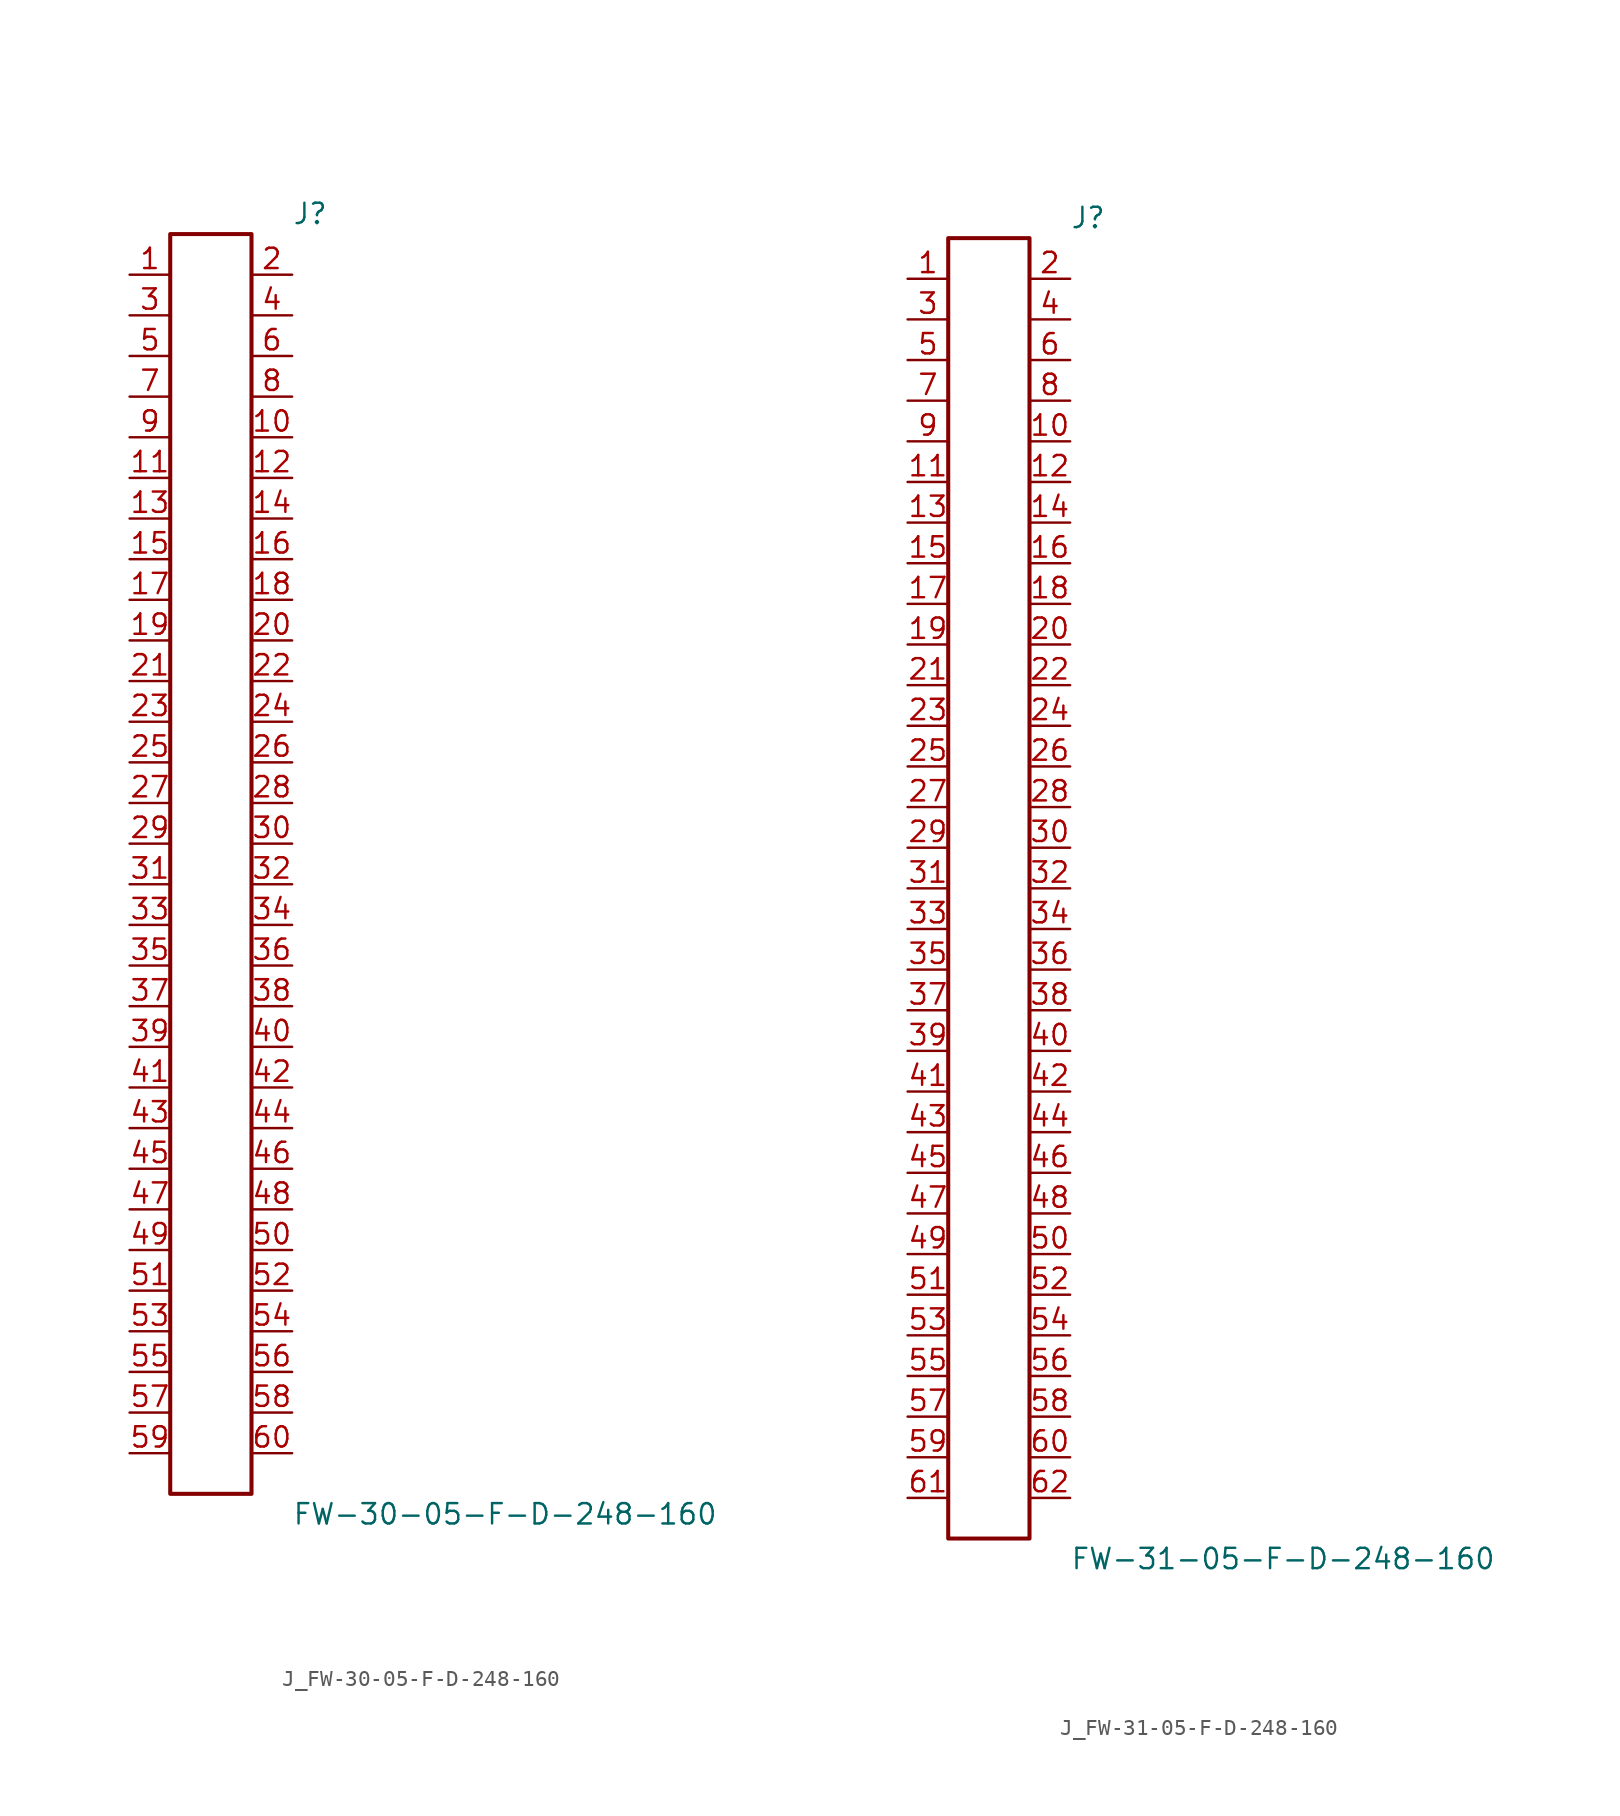
<source format=kicad_sym>
(kicad_symbol_lib
  (version 20231120)
  (generator kicad_symbol_editor)
  (generator_version 8.0)
  (symbol "J_FW-30-05-F-D-248-160"
    (pin_names
      (offset 0.254))
    (property "Reference" "J"
      (at 5.08 40.64 0)
      (effects (font (size 1.27 1.27)) (justify left)))
    (property "Value" "FW-30-05-F-D-248-160"
      (at 5.08 -40.64 0)
      (effects (font (size 1.27 1.27)) (justify left)))
    (symbol "J_FW-30-05-F-D-248-160_0_0"
      (pin passive line (at -5.08 36.83 0) (length 2.54) (name "" (effects (font (size 1.27 1.27)))) (number "1" (effects (font (size 1.27 1.27)))))
      (pin passive line (at 5.08 36.83 180) (length 2.54) (name "" (effects (font (size 1.27 1.27)))) (number "2" (effects (font (size 1.27 1.27)))))
      (pin passive line (at -5.08 34.29 0) (length 2.54) (name "" (effects (font (size 1.27 1.27)))) (number "3" (effects (font (size 1.27 1.27)))))
      (pin passive line (at 5.08 34.29 180) (length 2.54) (name "" (effects (font (size 1.27 1.27)))) (number "4" (effects (font (size 1.27 1.27)))))
      (pin passive line (at -5.08 31.75 0) (length 2.54) (name "" (effects (font (size 1.27 1.27)))) (number "5" (effects (font (size 1.27 1.27)))))
      (pin passive line (at 5.08 31.75 180) (length 2.54) (name "" (effects (font (size 1.27 1.27)))) (number "6" (effects (font (size 1.27 1.27)))))
      (pin passive line (at -5.08 29.21 0) (length 2.54) (name "" (effects (font (size 1.27 1.27)))) (number "7" (effects (font (size 1.27 1.27)))))
      (pin passive line (at 5.08 29.21 180) (length 2.54) (name "" (effects (font (size 1.27 1.27)))) (number "8" (effects (font (size 1.27 1.27)))))
      (pin passive line (at -5.08 26.67 0) (length 2.54) (name "" (effects (font (size 1.27 1.27)))) (number "9" (effects (font (size 1.27 1.27)))))
      (pin passive line (at 5.08 26.67 180) (length 2.54) (name "" (effects (font (size 1.27 1.27)))) (number "10" (effects (font (size 1.27 1.27)))))
      (pin passive line (at -5.08 24.13 0) (length 2.54) (name "" (effects (font (size 1.27 1.27)))) (number "11" (effects (font (size 1.27 1.27)))))
      (pin passive line (at 5.08 24.13 180) (length 2.54) (name "" (effects (font (size 1.27 1.27)))) (number "12" (effects (font (size 1.27 1.27)))))
      (pin passive line (at -5.08 21.59 0) (length 2.54) (name "" (effects (font (size 1.27 1.27)))) (number "13" (effects (font (size 1.27 1.27)))))
      (pin passive line (at 5.08 21.59 180) (length 2.54) (name "" (effects (font (size 1.27 1.27)))) (number "14" (effects (font (size 1.27 1.27)))))
      (pin passive line (at -5.08 19.05 0) (length 2.54) (name "" (effects (font (size 1.27 1.27)))) (number "15" (effects (font (size 1.27 1.27)))))
      (pin passive line (at 5.08 19.05 180) (length 2.54) (name "" (effects (font (size 1.27 1.27)))) (number "16" (effects (font (size 1.27 1.27)))))
      (pin passive line (at -5.08 16.51 0) (length 2.54) (name "" (effects (font (size 1.27 1.27)))) (number "17" (effects (font (size 1.27 1.27)))))
      (pin passive line (at 5.08 16.51 180) (length 2.54) (name "" (effects (font (size 1.27 1.27)))) (number "18" (effects (font (size 1.27 1.27)))))
      (pin passive line (at -5.08 13.97 0) (length 2.54) (name "" (effects (font (size 1.27 1.27)))) (number "19" (effects (font (size 1.27 1.27)))))
      (pin passive line (at 5.08 13.97 180) (length 2.54) (name "" (effects (font (size 1.27 1.27)))) (number "20" (effects (font (size 1.27 1.27)))))
      (pin passive line (at -5.08 11.43 0) (length 2.54) (name "" (effects (font (size 1.27 1.27)))) (number "21" (effects (font (size 1.27 1.27)))))
      (pin passive line (at 5.08 11.43 180) (length 2.54) (name "" (effects (font (size 1.27 1.27)))) (number "22" (effects (font (size 1.27 1.27)))))
      (pin passive line (at -5.08 8.89 0) (length 2.54) (name "" (effects (font (size 1.27 1.27)))) (number "23" (effects (font (size 1.27 1.27)))))
      (pin passive line (at 5.08 8.89 180) (length 2.54) (name "" (effects (font (size 1.27 1.27)))) (number "24" (effects (font (size 1.27 1.27)))))
      (pin passive line (at -5.08 6.35 0) (length 2.54) (name "" (effects (font (size 1.27 1.27)))) (number "25" (effects (font (size 1.27 1.27)))))
      (pin passive line (at 5.08 6.35 180) (length 2.54) (name "" (effects (font (size 1.27 1.27)))) (number "26" (effects (font (size 1.27 1.27)))))
      (pin passive line (at -5.08 3.81 0) (length 2.54) (name "" (effects (font (size 1.27 1.27)))) (number "27" (effects (font (size 1.27 1.27)))))
      (pin passive line (at 5.08 3.81 180) (length 2.54) (name "" (effects (font (size 1.27 1.27)))) (number "28" (effects (font (size 1.27 1.27)))))
      (pin passive line (at -5.08 1.27 0) (length 2.54) (name "" (effects (font (size 1.27 1.27)))) (number "29" (effects (font (size 1.27 1.27)))))
      (pin passive line (at 5.08 1.27 180) (length 2.54) (name "" (effects (font (size 1.27 1.27)))) (number "30" (effects (font (size 1.27 1.27)))))
      (pin passive line (at -5.08 -1.27 0) (length 2.54) (name "" (effects (font (size 1.27 1.27)))) (number "31" (effects (font (size 1.27 1.27)))))
      (pin passive line (at 5.08 -1.27 180) (length 2.54) (name "" (effects (font (size 1.27 1.27)))) (number "32" (effects (font (size 1.27 1.27)))))
      (pin passive line (at -5.08 -3.81 0) (length 2.54) (name "" (effects (font (size 1.27 1.27)))) (number "33" (effects (font (size 1.27 1.27)))))
      (pin passive line (at 5.08 -3.81 180) (length 2.54) (name "" (effects (font (size 1.27 1.27)))) (number "34" (effects (font (size 1.27 1.27)))))
      (pin passive line (at -5.08 -6.35 0) (length 2.54) (name "" (effects (font (size 1.27 1.27)))) (number "35" (effects (font (size 1.27 1.27)))))
      (pin passive line (at 5.08 -6.35 180) (length 2.54) (name "" (effects (font (size 1.27 1.27)))) (number "36" (effects (font (size 1.27 1.27)))))
      (pin passive line (at -5.08 -8.89 0) (length 2.54) (name "" (effects (font (size 1.27 1.27)))) (number "37" (effects (font (size 1.27 1.27)))))
      (pin passive line (at 5.08 -8.89 180) (length 2.54) (name "" (effects (font (size 1.27 1.27)))) (number "38" (effects (font (size 1.27 1.27)))))
      (pin passive line (at -5.08 -11.43 0) (length 2.54) (name "" (effects (font (size 1.27 1.27)))) (number "39" (effects (font (size 1.27 1.27)))))
      (pin passive line (at 5.08 -11.43 180) (length 2.54) (name "" (effects (font (size 1.27 1.27)))) (number "40" (effects (font (size 1.27 1.27)))))
      (pin passive line (at -5.08 -13.97 0) (length 2.54) (name "" (effects (font (size 1.27 1.27)))) (number "41" (effects (font (size 1.27 1.27)))))
      (pin passive line (at 5.08 -13.97 180) (length 2.54) (name "" (effects (font (size 1.27 1.27)))) (number "42" (effects (font (size 1.27 1.27)))))
      (pin passive line (at -5.08 -16.51 0) (length 2.54) (name "" (effects (font (size 1.27 1.27)))) (number "43" (effects (font (size 1.27 1.27)))))
      (pin passive line (at 5.08 -16.51 180) (length 2.54) (name "" (effects (font (size 1.27 1.27)))) (number "44" (effects (font (size 1.27 1.27)))))
      (pin passive line (at -5.08 -19.05 0) (length 2.54) (name "" (effects (font (size 1.27 1.27)))) (number "45" (effects (font (size 1.27 1.27)))))
      (pin passive line (at 5.08 -19.05 180) (length 2.54) (name "" (effects (font (size 1.27 1.27)))) (number "46" (effects (font (size 1.27 1.27)))))
      (pin passive line (at -5.08 -21.59 0) (length 2.54) (name "" (effects (font (size 1.27 1.27)))) (number "47" (effects (font (size 1.27 1.27)))))
      (pin passive line (at 5.08 -21.59 180) (length 2.54) (name "" (effects (font (size 1.27 1.27)))) (number "48" (effects (font (size 1.27 1.27)))))
      (pin passive line (at -5.08 -24.13 0) (length 2.54) (name "" (effects (font (size 1.27 1.27)))) (number "49" (effects (font (size 1.27 1.27)))))
      (pin passive line (at 5.08 -24.13 180) (length 2.54) (name "" (effects (font (size 1.27 1.27)))) (number "50" (effects (font (size 1.27 1.27)))))
      (pin passive line (at -5.08 -26.67 0) (length 2.54) (name "" (effects (font (size 1.27 1.27)))) (number "51" (effects (font (size 1.27 1.27)))))
      (pin passive line (at 5.08 -26.67 180) (length 2.54) (name "" (effects (font (size 1.27 1.27)))) (number "52" (effects (font (size 1.27 1.27)))))
      (pin passive line (at -5.08 -29.21 0) (length 2.54) (name "" (effects (font (size 1.27 1.27)))) (number "53" (effects (font (size 1.27 1.27)))))
      (pin passive line (at 5.08 -29.21 180) (length 2.54) (name "" (effects (font (size 1.27 1.27)))) (number "54" (effects (font (size 1.27 1.27)))))
      (pin passive line (at -5.08 -31.75 0) (length 2.54) (name "" (effects (font (size 1.27 1.27)))) (number "55" (effects (font (size 1.27 1.27)))))
      (pin passive line (at 5.08 -31.75 180) (length 2.54) (name "" (effects (font (size 1.27 1.27)))) (number "56" (effects (font (size 1.27 1.27)))))
      (pin passive line (at -5.08 -34.29 0) (length 2.54) (name "" (effects (font (size 1.27 1.27)))) (number "57" (effects (font (size 1.27 1.27)))))
      (pin passive line (at 5.08 -34.29 180) (length 2.54) (name "" (effects (font (size 1.27 1.27)))) (number "58" (effects (font (size 1.27 1.27)))))
      (pin passive line (at -5.08 -36.83 0) (length 2.54) (name "" (effects (font (size 1.27 1.27)))) (number "59" (effects (font (size 1.27 1.27)))))
      (pin passive line (at 5.08 -36.83 180) (length 2.54) (name "" (effects (font (size 1.27 1.27)))) (number "60" (effects (font (size 1.27 1.27))))))
    (symbol "J_FW-30-05-F-D-248-160_1_0"
      (rectangle (start -2.54 39.37) (end 2.54 -39.37) (stroke (width 0.254) (type solid)) (fill (type none)))))
  (symbol "J_FW-31-05-F-D-248-160"
    (pin_names
      (offset 0.254))
    (property "Reference" "J"
      (at 5.08 41.91 0)
      (effects (font (size 1.27 1.27)) (justify left)))
    (property "Value" "FW-31-05-F-D-248-160"
      (at 5.08 -41.91 0)
      (effects (font (size 1.27 1.27)) (justify left)))
    (symbol "J_FW-31-05-F-D-248-160_0_0"
      (pin passive line (at -5.08 38.1 0) (length 2.54) (name "" (effects (font (size 1.27 1.27)))) (number "1" (effects (font (size 1.27 1.27)))))
      (pin passive line (at 5.08 38.1 180) (length 2.54) (name "" (effects (font (size 1.27 1.27)))) (number "2" (effects (font (size 1.27 1.27)))))
      (pin passive line (at -5.08 35.56 0) (length 2.54) (name "" (effects (font (size 1.27 1.27)))) (number "3" (effects (font (size 1.27 1.27)))))
      (pin passive line (at 5.08 35.56 180) (length 2.54) (name "" (effects (font (size 1.27 1.27)))) (number "4" (effects (font (size 1.27 1.27)))))
      (pin passive line (at -5.08 33.02 0) (length 2.54) (name "" (effects (font (size 1.27 1.27)))) (number "5" (effects (font (size 1.27 1.27)))))
      (pin passive line (at 5.08 33.02 180) (length 2.54) (name "" (effects (font (size 1.27 1.27)))) (number "6" (effects (font (size 1.27 1.27)))))
      (pin passive line (at -5.08 30.48 0) (length 2.54) (name "" (effects (font (size 1.27 1.27)))) (number "7" (effects (font (size 1.27 1.27)))))
      (pin passive line (at 5.08 30.48 180) (length 2.54) (name "" (effects (font (size 1.27 1.27)))) (number "8" (effects (font (size 1.27 1.27)))))
      (pin passive line (at -5.08 27.94 0) (length 2.54) (name "" (effects (font (size 1.27 1.27)))) (number "9" (effects (font (size 1.27 1.27)))))
      (pin passive line (at 5.08 27.94 180) (length 2.54) (name "" (effects (font (size 1.27 1.27)))) (number "10" (effects (font (size 1.27 1.27)))))
      (pin passive line (at -5.08 25.4 0) (length 2.54) (name "" (effects (font (size 1.27 1.27)))) (number "11" (effects (font (size 1.27 1.27)))))
      (pin passive line (at 5.08 25.4 180) (length 2.54) (name "" (effects (font (size 1.27 1.27)))) (number "12" (effects (font (size 1.27 1.27)))))
      (pin passive line (at -5.08 22.86 0) (length 2.54) (name "" (effects (font (size 1.27 1.27)))) (number "13" (effects (font (size 1.27 1.27)))))
      (pin passive line (at 5.08 22.86 180) (length 2.54) (name "" (effects (font (size 1.27 1.27)))) (number "14" (effects (font (size 1.27 1.27)))))
      (pin passive line (at -5.08 20.32 0) (length 2.54) (name "" (effects (font (size 1.27 1.27)))) (number "15" (effects (font (size 1.27 1.27)))))
      (pin passive line (at 5.08 20.32 180) (length 2.54) (name "" (effects (font (size 1.27 1.27)))) (number "16" (effects (font (size 1.27 1.27)))))
      (pin passive line (at -5.08 17.78 0) (length 2.54) (name "" (effects (font (size 1.27 1.27)))) (number "17" (effects (font (size 1.27 1.27)))))
      (pin passive line (at 5.08 17.78 180) (length 2.54) (name "" (effects (font (size 1.27 1.27)))) (number "18" (effects (font (size 1.27 1.27)))))
      (pin passive line (at -5.08 15.24 0) (length 2.54) (name "" (effects (font (size 1.27 1.27)))) (number "19" (effects (font (size 1.27 1.27)))))
      (pin passive line (at 5.08 15.24 180) (length 2.54) (name "" (effects (font (size 1.27 1.27)))) (number "20" (effects (font (size 1.27 1.27)))))
      (pin passive line (at -5.08 12.7 0) (length 2.54) (name "" (effects (font (size 1.27 1.27)))) (number "21" (effects (font (size 1.27 1.27)))))
      (pin passive line (at 5.08 12.7 180) (length 2.54) (name "" (effects (font (size 1.27 1.27)))) (number "22" (effects (font (size 1.27 1.27)))))
      (pin passive line (at -5.08 10.16 0) (length 2.54) (name "" (effects (font (size 1.27 1.27)))) (number "23" (effects (font (size 1.27 1.27)))))
      (pin passive line (at 5.08 10.16 180) (length 2.54) (name "" (effects (font (size 1.27 1.27)))) (number "24" (effects (font (size 1.27 1.27)))))
      (pin passive line (at -5.08 7.62 0) (length 2.54) (name "" (effects (font (size 1.27 1.27)))) (number "25" (effects (font (size 1.27 1.27)))))
      (pin passive line (at 5.08 7.62 180) (length 2.54) (name "" (effects (font (size 1.27 1.27)))) (number "26" (effects (font (size 1.27 1.27)))))
      (pin passive line (at -5.08 5.08 0) (length 2.54) (name "" (effects (font (size 1.27 1.27)))) (number "27" (effects (font (size 1.27 1.27)))))
      (pin passive line (at 5.08 5.08 180) (length 2.54) (name "" (effects (font (size 1.27 1.27)))) (number "28" (effects (font (size 1.27 1.27)))))
      (pin passive line (at -5.08 2.54 0) (length 2.54) (name "" (effects (font (size 1.27 1.27)))) (number "29" (effects (font (size 1.27 1.27)))))
      (pin passive line (at 5.08 2.54 180) (length 2.54) (name "" (effects (font (size 1.27 1.27)))) (number "30" (effects (font (size 1.27 1.27)))))
      (pin passive line (at -5.08 0.0 0) (length 2.54) (name "" (effects (font (size 1.27 1.27)))) (number "31" (effects (font (size 1.27 1.27)))))
      (pin passive line (at 5.08 0.0 180) (length 2.54) (name "" (effects (font (size 1.27 1.27)))) (number "32" (effects (font (size 1.27 1.27)))))
      (pin passive line (at -5.08 -2.54 0) (length 2.54) (name "" (effects (font (size 1.27 1.27)))) (number "33" (effects (font (size 1.27 1.27)))))
      (pin passive line (at 5.08 -2.54 180) (length 2.54) (name "" (effects (font (size 1.27 1.27)))) (number "34" (effects (font (size 1.27 1.27)))))
      (pin passive line (at -5.08 -5.08 0) (length 2.54) (name "" (effects (font (size 1.27 1.27)))) (number "35" (effects (font (size 1.27 1.27)))))
      (pin passive line (at 5.08 -5.08 180) (length 2.54) (name "" (effects (font (size 1.27 1.27)))) (number "36" (effects (font (size 1.27 1.27)))))
      (pin passive line (at -5.08 -7.62 0) (length 2.54) (name "" (effects (font (size 1.27 1.27)))) (number "37" (effects (font (size 1.27 1.27)))))
      (pin passive line (at 5.08 -7.62 180) (length 2.54) (name "" (effects (font (size 1.27 1.27)))) (number "38" (effects (font (size 1.27 1.27)))))
      (pin passive line (at -5.08 -10.16 0) (length 2.54) (name "" (effects (font (size 1.27 1.27)))) (number "39" (effects (font (size 1.27 1.27)))))
      (pin passive line (at 5.08 -10.16 180) (length 2.54) (name "" (effects (font (size 1.27 1.27)))) (number "40" (effects (font (size 1.27 1.27)))))
      (pin passive line (at -5.08 -12.7 0) (length 2.54) (name "" (effects (font (size 1.27 1.27)))) (number "41" (effects (font (size 1.27 1.27)))))
      (pin passive line (at 5.08 -12.7 180) (length 2.54) (name "" (effects (font (size 1.27 1.27)))) (number "42" (effects (font (size 1.27 1.27)))))
      (pin passive line (at -5.08 -15.24 0) (length 2.54) (name "" (effects (font (size 1.27 1.27)))) (number "43" (effects (font (size 1.27 1.27)))))
      (pin passive line (at 5.08 -15.24 180) (length 2.54) (name "" (effects (font (size 1.27 1.27)))) (number "44" (effects (font (size 1.27 1.27)))))
      (pin passive line (at -5.08 -17.78 0) (length 2.54) (name "" (effects (font (size 1.27 1.27)))) (number "45" (effects (font (size 1.27 1.27)))))
      (pin passive line (at 5.08 -17.78 180) (length 2.54) (name "" (effects (font (size 1.27 1.27)))) (number "46" (effects (font (size 1.27 1.27)))))
      (pin passive line (at -5.08 -20.32 0) (length 2.54) (name "" (effects (font (size 1.27 1.27)))) (number "47" (effects (font (size 1.27 1.27)))))
      (pin passive line (at 5.08 -20.32 180) (length 2.54) (name "" (effects (font (size 1.27 1.27)))) (number "48" (effects (font (size 1.27 1.27)))))
      (pin passive line (at -5.08 -22.86 0) (length 2.54) (name "" (effects (font (size 1.27 1.27)))) (number "49" (effects (font (size 1.27 1.27)))))
      (pin passive line (at 5.08 -22.86 180) (length 2.54) (name "" (effects (font (size 1.27 1.27)))) (number "50" (effects (font (size 1.27 1.27)))))
      (pin passive line (at -5.08 -25.4 0) (length 2.54) (name "" (effects (font (size 1.27 1.27)))) (number "51" (effects (font (size 1.27 1.27)))))
      (pin passive line (at 5.08 -25.4 180) (length 2.54) (name "" (effects (font (size 1.27 1.27)))) (number "52" (effects (font (size 1.27 1.27)))))
      (pin passive line (at -5.08 -27.94 0) (length 2.54) (name "" (effects (font (size 1.27 1.27)))) (number "53" (effects (font (size 1.27 1.27)))))
      (pin passive line (at 5.08 -27.94 180) (length 2.54) (name "" (effects (font (size 1.27 1.27)))) (number "54" (effects (font (size 1.27 1.27)))))
      (pin passive line (at -5.08 -30.48 0) (length 2.54) (name "" (effects (font (size 1.27 1.27)))) (number "55" (effects (font (size 1.27 1.27)))))
      (pin passive line (at 5.08 -30.48 180) (length 2.54) (name "" (effects (font (size 1.27 1.27)))) (number "56" (effects (font (size 1.27 1.27)))))
      (pin passive line (at -5.08 -33.02 0) (length 2.54) (name "" (effects (font (size 1.27 1.27)))) (number "57" (effects (font (size 1.27 1.27)))))
      (pin passive line (at 5.08 -33.02 180) (length 2.54) (name "" (effects (font (size 1.27 1.27)))) (number "58" (effects (font (size 1.27 1.27)))))
      (pin passive line (at -5.08 -35.56 0) (length 2.54) (name "" (effects (font (size 1.27 1.27)))) (number "59" (effects (font (size 1.27 1.27)))))
      (pin passive line (at 5.08 -35.56 180) (length 2.54) (name "" (effects (font (size 1.27 1.27)))) (number "60" (effects (font (size 1.27 1.27)))))
      (pin passive line (at -5.08 -38.1 0) (length 2.54) (name "" (effects (font (size 1.27 1.27)))) (number "61" (effects (font (size 1.27 1.27)))))
      (pin passive line (at 5.08 -38.1 180) (length 2.54) (name "" (effects (font (size 1.27 1.27)))) (number "62" (effects (font (size 1.27 1.27))))))
    (symbol "J_FW-31-05-F-D-248-160_1_0"
      (rectangle (start -2.54 40.64) (end 2.54 -40.64) (stroke (width 0.254) (type solid)) (fill (type none))))))
</source>
